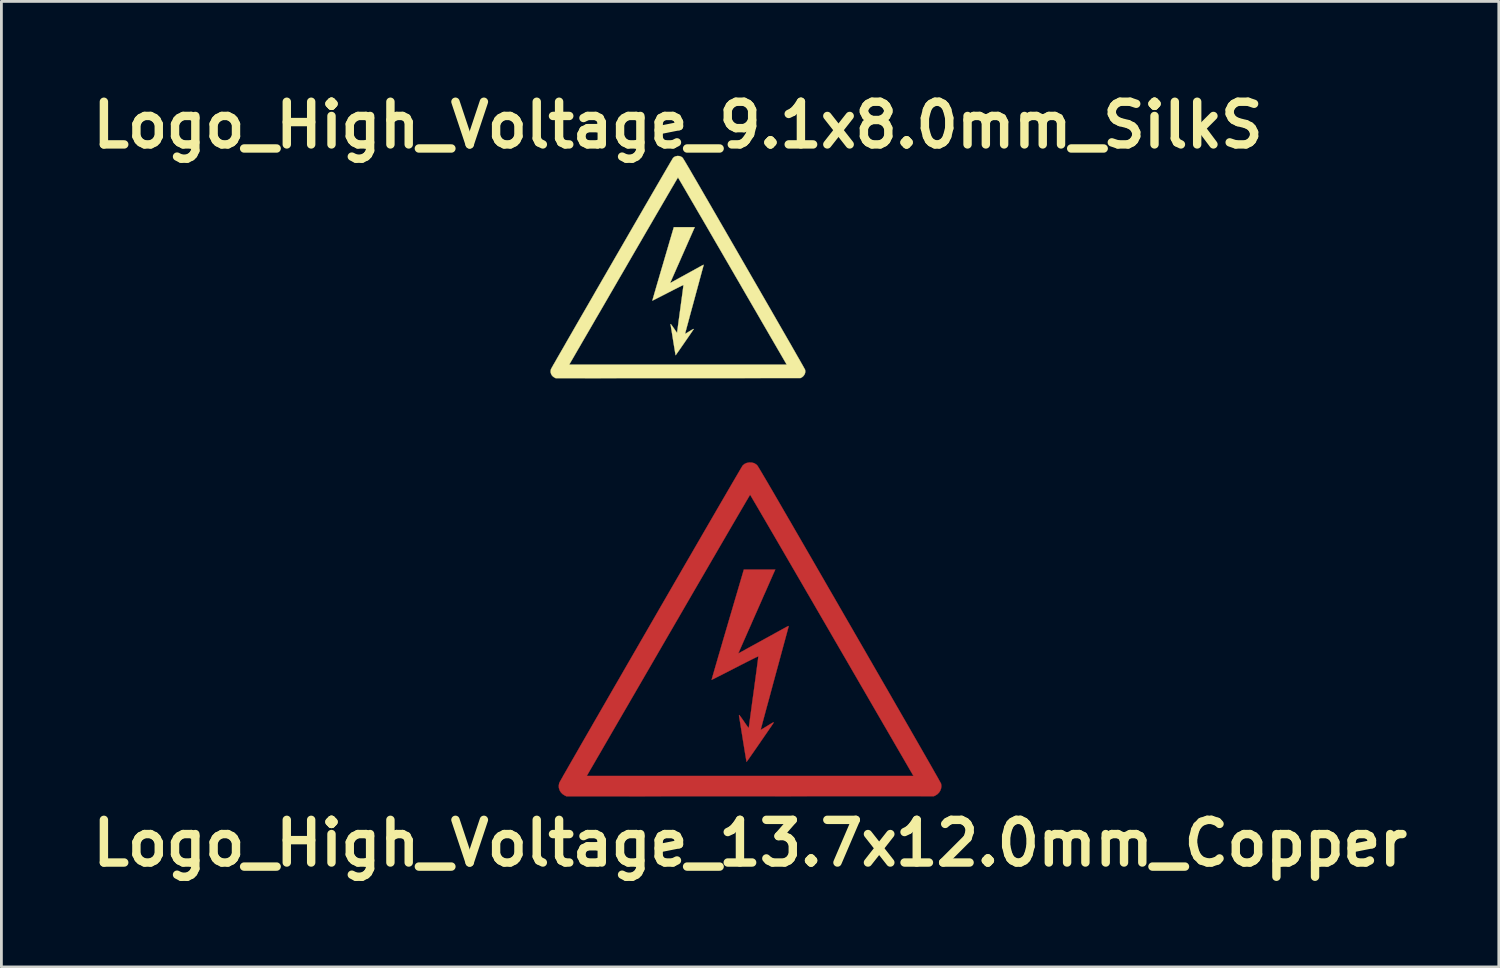
<source format=kicad_pcb>
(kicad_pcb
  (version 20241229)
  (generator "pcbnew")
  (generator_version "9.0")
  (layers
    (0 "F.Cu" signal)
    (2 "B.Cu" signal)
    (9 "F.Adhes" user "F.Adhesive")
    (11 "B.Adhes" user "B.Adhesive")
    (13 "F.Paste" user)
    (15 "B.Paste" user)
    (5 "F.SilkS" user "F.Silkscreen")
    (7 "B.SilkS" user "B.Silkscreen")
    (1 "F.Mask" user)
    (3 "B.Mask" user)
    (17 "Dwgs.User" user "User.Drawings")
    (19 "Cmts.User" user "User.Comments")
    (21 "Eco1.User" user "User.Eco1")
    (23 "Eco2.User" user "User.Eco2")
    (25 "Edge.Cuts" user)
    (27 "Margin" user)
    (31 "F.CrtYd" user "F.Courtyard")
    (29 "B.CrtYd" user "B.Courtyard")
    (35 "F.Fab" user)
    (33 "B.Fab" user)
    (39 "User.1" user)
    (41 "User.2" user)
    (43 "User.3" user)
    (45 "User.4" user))
  (footprint "Logo_High_Voltage_13.7x12.0mm_Copper"
    (layer "F.Cu")
    (at 23.738 19.443)
    (property "Reference" "Logo_High_Voltage_13.7x12.0mm_Copper" (at 0 7.62 0) (layer "F.SilkS") (effects (font (size 1.524 1.524) (thickness 0.3))))
    (attr exclude_from_pos_files exclude_from_bom)
    (fp_poly (pts (xy 0.869 -2.087) (xy 0.851 -2.045) (xy 0.824 -1.986) (xy 0.791 -1.911) (xy 0.752 -1.822) (xy 0.707 -1.72) (xy 0.657 -1.606) (xy 0.603 -1.483) (xy 0.545 -1.352) (xy 0.483 -1.213) (xy 0.42 -1.069) (xy 0.355 -0.921) (xy 0.288 -0.77) (xy 0.221 -0.618) (xy 0.154 -0.467) (xy 0.088 -0.317) (xy 0.024 -0.17) (xy -0.039 -0.028) (xy -0.099 0.107) (xy -0.155 0.236) (xy -0.208 0.355) (xy -0.256 0.464) (xy -0.299 0.561) (xy -0.335 0.645) (xy -0.366 0.714) (xy -0.389 0.766) (xy -0.404 0.801) (xy -0.411 0.817) (xy -0.411 0.818) (xy -0.416 0.836) (xy -0.413 0.839) (xy -0.402 0.833) (xy -0.373 0.817) (xy -0.327 0.792) (xy -0.267 0.759) (xy -0.194 0.719) (xy -0.11 0.672) (xy -0.017 0.621) (xy 0.084 0.565) (xy 0.191 0.507) (xy 0.302 0.446) (xy 0.415 0.384) (xy 0.528 0.321) (xy 0.64 0.26) (xy 0.749 0.2) (xy 0.853 0.142) (xy 0.95 0.089) (xy 1.039 0.04) (xy 1.118 -0.003) (xy 1.184 -0.04) (xy 1.237 -0.069) (xy 1.275 -0.09) (xy 1.28 -0.092) (xy 1.325 -0.117) (xy 1.354 -0.131) (xy 1.37 -0.137) (xy 1.376 -0.133) (xy 1.376 -0.123) (xy 1.376 -0.122) (xy 1.372 -0.109) (xy 1.363 -0.074) (xy 1.348 -0.02) (xy 1.329 0.052) (xy 1.305 0.142) (xy 1.276 0.248) (xy 1.243 0.37) (xy 1.206 0.504) (xy 1.166 0.652) (xy 1.123 0.811) (xy 1.077 0.981) (xy 1.029 1.16) (xy 0.978 1.347) (xy 0.925 1.54) (xy 0.872 1.735) (xy 0.818 1.934) (xy 0.766 2.127) (xy 0.716 2.313) (xy 0.668 2.491) (xy 0.622 2.659) (xy 0.579 2.816) (xy 0.54 2.962) (xy 0.504 3.095) (xy 0.472 3.214) (xy 0.444 3.318) (xy 0.421 3.406) (xy 0.402 3.476) (xy 0.389 3.528) (xy 0.381 3.56) (xy 0.378 3.571) (xy 0.389 3.567) (xy 0.415 3.551) (xy 0.456 3.528) (xy 0.507 3.496) (xy 0.567 3.46) (xy 0.601 3.439) (xy 0.677 3.392) (xy 0.737 3.356) (xy 0.781 3.33) (xy 0.811 3.314) (xy 0.83 3.306) (xy 0.84 3.306) (xy 0.841 3.312) (xy 0.84 3.317) (xy 0.833 3.329) (xy 0.814 3.357) (xy 0.785 3.4) (xy 0.747 3.457) (xy 0.7 3.525) (xy 0.647 3.603) (xy 0.588 3.688) (xy 0.525 3.78) (xy 0.459 3.876) (xy 0.391 3.974) (xy 0.323 4.074) (xy 0.255 4.172) (xy 0.189 4.267) (xy 0.126 4.358) (xy 0.067 4.442) (xy 0.014 4.518) (xy -0.032 4.585) (xy -0.071 4.639) (xy -0.1 4.68) (xy -0.119 4.706) (xy -0.126 4.715) (xy -0.128 4.704) (xy -0.134 4.672) (xy -0.143 4.622) (xy -0.155 4.554) (xy -0.169 4.471) (xy -0.185 4.374) (xy -0.203 4.266) (xy -0.222 4.147) (xy -0.243 4.02) (xy -0.261 3.907) (xy -0.282 3.773) (xy -0.303 3.646) (xy -0.322 3.526) (xy -0.34 3.417) (xy -0.355 3.319) (xy -0.369 3.234) (xy -0.38 3.165) (xy -0.389 3.114) (xy -0.394 3.081) (xy -0.396 3.07) (xy -0.396 3.048) (xy -0.389 3.041) (xy -0.38 3.05) (xy -0.359 3.075) (xy -0.33 3.114) (xy -0.294 3.164) (xy -0.253 3.223) (xy -0.227 3.26) (xy -0.184 3.324) (xy -0.144 3.381) (xy -0.11 3.43) (xy -0.083 3.468) (xy -0.066 3.491) (xy -0.061 3.496) (xy -0.049 3.507) (xy -0.046 3.499) (xy -0.046 3.494) (xy -0.044 3.48) (xy -0.04 3.446) (xy -0.033 3.391) (xy -0.023 3.319) (xy -0.011 3.229) (xy 0.003 3.125) (xy 0.019 3.006) (xy 0.037 2.876) (xy 0.056 2.734) (xy 0.076 2.583) (xy 0.098 2.424) (xy 0.121 2.259) (xy 0.126 2.22) (xy 0.149 2.053) (xy 0.17 1.893) (xy 0.191 1.74) (xy 0.21 1.597) (xy 0.228 1.464) (xy 0.244 1.343) (xy 0.258 1.235) (xy 0.27 1.143) (xy 0.28 1.066) (xy 0.287 1.008) (xy 0.292 0.969) (xy 0.294 0.951) (xy 0.294 0.95) (xy 0.284 0.951) (xy 0.255 0.963) (xy 0.206 0.985) (xy 0.139 1.018) (xy 0.052 1.061) (xy -0.054 1.114) (xy -0.18 1.178) (xy -0.326 1.252) (xy -0.492 1.338) (xy -0.539 1.362) (xy -0.667 1.428) (xy -0.789 1.491) (xy -0.903 1.549) (xy -1.009 1.603) (xy -1.104 1.651) (xy -1.187 1.693) (xy -1.257 1.729) (xy -1.312 1.756) (xy -1.35 1.774) (xy -1.371 1.784) (xy -1.374 1.785) (xy -1.372 1.776) (xy -1.366 1.752) (xy -1.355 1.712) (xy -1.339 1.656) (xy -1.318 1.583) (xy -1.292 1.493) (xy -1.261 1.386) (xy -1.225 1.261) (xy -1.183 1.118) (xy -1.137 0.957) (xy -1.084 0.778) (xy -1.026 0.58) (xy -0.963 0.362) (xy -0.893 0.125) (xy -0.818 -0.131) (xy -0.737 -0.408) (xy -0.649 -0.705) (xy -0.556 -1.023) (xy -0.456 -1.362) (xy -0.35 -1.723) (xy -0.293 -1.916) (xy -0.224 -2.153) (xy 0.899 -2.153) (xy 0.869 -2.087)) (stroke (width 0.01) (type solid)) (fill yes) (layer "F.Cu"))
    (fp_poly (pts (xy 0.067 -5.973) (xy 0.147 -5.951) (xy 0.217 -5.908) (xy 0.25 -5.879) (xy 0.256 -5.872) (xy 0.265 -5.858) (xy 0.279 -5.838) (xy 0.296 -5.81) (xy 0.318 -5.774) (xy 0.345 -5.73) (xy 0.376 -5.677) (xy 0.413 -5.616) (xy 0.455 -5.544) (xy 0.503 -5.463) (xy 0.557 -5.372) (xy 0.617 -5.27) (xy 0.683 -5.156) (xy 0.756 -5.032) (xy 0.836 -4.895) (xy 0.923 -4.745) (xy 1.017 -4.583) (xy 1.119 -4.407) (xy 1.228 -4.218) (xy 1.346 -4.015) (xy 1.473 -3.797) (xy 1.607 -3.564) (xy 1.751 -3.316) (xy 1.904 -3.051) (xy 2.066 -2.771) (xy 2.238 -2.474) (xy 2.419 -2.16) (xy 2.611 -1.828) (xy 2.812 -1.479) (xy 3.025 -1.111) (xy 3.248 -0.724) (xy 3.482 -0.318) (xy 3.554 -0.194) (xy 3.81 0.25) (xy 4.057 0.677) (xy 4.293 1.087) (xy 4.519 1.479) (xy 4.735 1.854) (xy 4.941 2.21) (xy 5.136 2.55) (xy 5.321 2.871) (xy 5.496 3.174) (xy 5.66 3.459) (xy 5.813 3.726) (xy 5.956 3.975) (xy 6.088 4.205) (xy 6.209 4.417) (xy 6.32 4.61) (xy 6.42 4.784) (xy 6.509 4.94) (xy 6.586 5.077) (xy 6.653 5.194) (xy 6.709 5.292) (xy 6.753 5.372) (xy 6.786 5.431) (xy 6.808 5.472) (xy 6.819 5.492) (xy 6.82 5.495) (xy 6.831 5.577) (xy 6.821 5.66) (xy 6.793 5.739) (xy 6.747 5.811) (xy 6.686 5.872) (xy 6.62 5.914) (xy 6.566 5.94) (xy -6.557 5.946) (xy -6.627 5.911) (xy -6.702 5.862) (xy -6.762 5.798) (xy -6.804 5.725) (xy -6.829 5.644) (xy -6.833 5.559) (xy -6.817 5.473) (xy -6.813 5.462) (xy -6.805 5.447) (xy -6.787 5.414) (xy -6.758 5.362) (xy -6.719 5.293) (xy -6.676 5.217) (xy -5.834 5.217) (xy 5.834 5.217) (xy 5.802 5.163) (xy 5.794 5.149) (xy 5.776 5.117) (xy 5.746 5.066) (xy 5.706 4.998) (xy 5.656 4.912) (xy 5.597 4.809) (xy 5.528 4.69) (xy 5.45 4.555) (xy 5.363 4.406) (xy 5.268 4.242) (xy 5.165 4.065) (xy 5.055 3.874) (xy 4.937 3.671) (xy 4.812 3.456) (xy 4.681 3.23) (xy 4.543 2.992) (xy 4.4 2.745) (xy 4.251 2.488) (xy 4.097 2.222) (xy 3.937 1.948) (xy 3.774 1.665) (xy 3.606 1.376) (xy 3.435 1.08) (xy 3.259 0.778) (xy 3.081 0.471) (xy 2.9 0.159) (xy 2.891 0.142) (xy 2.71 -0.17) (xy 2.532 -0.476) (xy 2.357 -0.778) (xy 2.186 -1.073) (xy 2.018 -1.361) (xy 1.855 -1.643) (xy 1.696 -1.916) (xy 1.542 -2.181) (xy 1.394 -2.436) (xy 1.251 -2.682) (xy 1.114 -2.918) (xy 0.983 -3.143) (xy 0.859 -3.356) (xy 0.741 -3.558) (xy 0.631 -3.747) (xy 0.529 -3.922) (xy 0.434 -4.084) (xy 0.348 -4.232) (xy 0.271 -4.364) (xy 0.203 -4.481) (xy 0.143 -4.582) (xy 0.094 -4.666) (xy 0.055 -4.733) (xy 0.026 -4.782) (xy 0.007 -4.812) (xy 0.00007 -4.824) (xy -0.000025 -4.824) (xy -0.006 -4.814) (xy -0.024 -4.785) (xy -0.052 -4.738) (xy -0.09 -4.672) (xy -0.139 -4.59) (xy -0.197 -4.49) (xy -0.265 -4.374) (xy -0.342 -4.243) (xy -0.427 -4.097) (xy -0.521 -3.936) (xy -0.623 -3.762) (xy -0.732 -3.574) (xy -0.849 -3.373) (xy -0.972 -3.161) (xy -1.103 -2.937) (xy -1.239 -2.702) (xy -1.382 -2.457) (xy -1.53 -2.202) (xy -1.683 -1.938) (xy -1.842 -1.665) (xy -2.005 -1.385) (xy -2.172 -1.097) (xy -2.343 -0.802) (xy -2.517 -0.501) (xy -2.695 -0.195) (xy -2.876 0.117) (xy -2.891 0.142) (xy -3.072 0.455) (xy -3.25 0.762) (xy -3.425 1.064) (xy -3.597 1.361) (xy -3.765 1.65) (xy -3.929 1.933) (xy -4.088 2.208) (xy -4.243 2.474) (xy -4.392 2.732) (xy -4.536 2.979) (xy -4.674 3.217) (xy -4.806 3.444) (xy -4.931 3.66) (xy -5.049 3.864) (xy -5.16 4.055) (xy -5.263 4.233) (xy -5.358 4.398) (xy -5.446 4.548) (xy -5.524 4.683) (xy -5.593 4.803) (xy -5.654 4.907) (xy -5.704 4.993) (xy -5.744 5.063) (xy -5.774 5.115) (xy -5.794 5.148) (xy -5.802 5.162) (xy -5.802 5.163) (xy -5.834 5.217) (xy -6.676 5.217) (xy -6.67 5.207) (xy -6.612 5.104) (xy -6.544 4.986) (xy -6.468 4.853) (xy -6.384 4.706) (xy -6.291 4.545) (xy -6.191 4.371) (xy -6.085 4.185) (xy -5.971 3.987) (xy -5.851 3.779) (xy -5.725 3.56) (xy -5.594 3.332) (xy -5.457 3.095) (xy -5.316 2.85) (xy -5.17 2.597) (xy -5.021 2.338) (xy -4.868 2.072) (xy -4.711 1.802) (xy -4.552 1.526) (xy -4.391 1.246) (xy -4.227 0.963) (xy -4.062 0.677) (xy -3.896 0.389) (xy -3.728 0.099) (xy -3.561 -0.191) (xy -3.393 -0.481) (xy -3.226 -0.771) (xy -3.059 -1.059) (xy -2.894 -1.345) (xy -2.73 -1.629) (xy -2.567 -1.909) (xy -2.408 -2.185) (xy -2.251 -2.456) (xy -2.096 -2.722) (xy -1.946 -2.982) (xy -1.799 -3.236) (xy -1.657 -3.481) (xy -1.519 -3.719) (xy -1.386 -3.948) (xy -1.259 -4.167) (xy -1.137 -4.377) (xy -1.022 -4.575) (xy -0.913 -4.762) (xy -0.812 -4.937) (xy -0.717 -5.099) (xy -0.631 -5.248) (xy -0.552 -5.382) (xy -0.482 -5.502) (xy -0.421 -5.606) (xy -0.37 -5.694) (xy -0.328 -5.765) (xy -0.296 -5.818) (xy -0.275 -5.853) (xy -0.265 -5.869) (xy -0.264 -5.87) (xy -0.198 -5.925) (xy -0.122 -5.96) (xy -0.035 -5.976) (xy -0.023 -5.977) (xy 0.067 -5.973)) (stroke (width 0.01) (type solid)) (fill yes) (layer "F.Cu")))
  (footprint "Logo_High_Voltage_9.1x8.0mm_SilkS"
    (layer "F.Cu")
    (at 21.162 6.498)
    (property "Reference" "Logo_High_Voltage_9.1x8.0mm_SilkS" (at 0 -5.08 0) (layer "F.SilkS") (effects (font (size 1.524 1.524) (thickness 0.3))))
    (attr smd)
    (fp_poly (pts (xy 0.579 -1.389) (xy 0.566 -1.361) (xy 0.549 -1.322) (xy 0.527 -1.272) (xy 0.501 -1.213) (xy 0.471 -1.145) (xy 0.437 -1.069) (xy 0.401 -0.987) (xy 0.362 -0.9) (xy 0.322 -0.808) (xy 0.28 -0.712) (xy 0.236 -0.613) (xy 0.192 -0.513) (xy 0.147 -0.412) (xy 0.103 -0.311) (xy 0.059 -0.211) (xy 0.016 -0.113) (xy -0.026 -0.019) (xy -0.066 0.072) (xy -0.103 0.157) (xy -0.138 0.236) (xy -0.17 0.309) (xy -0.199 0.374) (xy -0.223 0.429) (xy -0.243 0.475) (xy -0.259 0.51) (xy -0.269 0.533) (xy -0.274 0.544) (xy -0.274 0.544) (xy -0.277 0.556) (xy -0.275 0.559) (xy -0.268 0.555) (xy -0.248 0.544) (xy -0.218 0.527) (xy -0.178 0.505) (xy -0.129 0.478) (xy -0.073 0.448) (xy -0.011 0.413) (xy 0.056 0.376) (xy 0.127 0.337) (xy 0.201 0.297) (xy 0.276 0.255) (xy 0.351 0.214) (xy 0.426 0.173) (xy 0.498 0.133) (xy 0.568 0.095) (xy 0.632 0.059) (xy 0.692 0.027) (xy 0.744 -0.002) (xy 0.788 -0.027) (xy 0.824 -0.046) (xy 0.849 -0.06) (xy 0.852 -0.062) (xy 0.882 -0.078) (xy 0.902 -0.087) (xy 0.912 -0.091) (xy 0.916 -0.089) (xy 0.916 -0.082) (xy 0.916 -0.081) (xy 0.913 -0.072) (xy 0.907 -0.049) (xy 0.898 -0.013) (xy 0.885 0.035) (xy 0.868 0.095) (xy 0.849 0.165) (xy 0.827 0.246) (xy 0.803 0.336) (xy 0.776 0.434) (xy 0.748 0.54) (xy 0.717 0.653) (xy 0.685 0.772) (xy 0.651 0.896) (xy 0.616 1.025) (xy 0.581 1.155) (xy 0.545 1.288) (xy 0.51 1.416) (xy 0.476 1.54) (xy 0.444 1.658) (xy 0.414 1.77) (xy 0.386 1.875) (xy 0.36 1.972) (xy 0.336 2.06) (xy 0.314 2.14) (xy 0.296 2.209) (xy 0.28 2.267) (xy 0.268 2.314) (xy 0.259 2.348) (xy 0.253 2.37) (xy 0.252 2.377) (xy 0.259 2.374) (xy 0.276 2.364) (xy 0.303 2.348) (xy 0.338 2.327) (xy 0.378 2.303) (xy 0.4 2.289) (xy 0.451 2.258) (xy 0.49 2.234) (xy 0.52 2.217) (xy 0.54 2.206) (xy 0.553 2.201) (xy 0.559 2.201) (xy 0.56 2.205) (xy 0.559 2.208) (xy 0.555 2.216) (xy 0.542 2.235) (xy 0.523 2.264) (xy 0.497 2.301) (xy 0.466 2.347) (xy 0.431 2.398) (xy 0.392 2.455) (xy 0.35 2.516) (xy 0.306 2.58) (xy 0.26 2.646) (xy 0.215 2.712) (xy 0.17 2.777) (xy 0.126 2.84) (xy 0.084 2.901) (xy 0.045 2.957) (xy 0.009 3.008) (xy -0.022 3.052) (xy -0.047 3.088) (xy -0.066 3.116) (xy -0.079 3.133) (xy -0.084 3.139) (xy -0.085 3.131) (xy -0.089 3.11) (xy -0.095 3.077) (xy -0.103 3.032) (xy -0.112 2.976) (xy -0.123 2.912) (xy -0.135 2.84) (xy -0.148 2.761) (xy -0.162 2.676) (xy -0.174 2.601) (xy -0.188 2.512) (xy -0.202 2.427) (xy -0.214 2.347) (xy -0.226 2.274) (xy -0.237 2.209) (xy -0.246 2.153) (xy -0.253 2.107) (xy -0.259 2.073) (xy -0.262 2.051) (xy -0.264 2.043) (xy -0.264 2.029) (xy -0.259 2.024) (xy -0.253 2.03) (xy -0.239 2.047) (xy -0.22 2.073) (xy -0.196 2.106) (xy -0.169 2.145) (xy -0.151 2.17) (xy -0.122 2.212) (xy -0.096 2.251) (xy -0.073 2.283) (xy -0.055 2.308) (xy -0.044 2.324) (xy -0.041 2.327) (xy -0.033 2.334) (xy -0.03 2.329) (xy -0.03 2.326) (xy -0.029 2.317) (xy -0.026 2.294) (xy -0.022 2.257) (xy -0.015 2.209) (xy -0.007 2.15) (xy 0.002 2.08) (xy 0.013 2.001) (xy 0.024 1.914) (xy 0.037 1.82) (xy 0.051 1.72) (xy 0.065 1.614) (xy 0.08 1.504) (xy 0.084 1.478) (xy 0.099 1.367) (xy 0.113 1.26) (xy 0.127 1.158) (xy 0.14 1.063) (xy 0.152 0.974) (xy 0.163 0.894) (xy 0.172 0.822) (xy 0.18 0.761) (xy 0.187 0.71) (xy 0.191 0.671) (xy 0.194 0.645) (xy 0.196 0.633) (xy 0.196 0.632) (xy 0.189 0.633) (xy 0.169 0.641) (xy 0.137 0.656) (xy 0.092 0.678) (xy 0.035 0.706) (xy -0.036 0.742) (xy -0.12 0.784) (xy -0.217 0.834) (xy -0.327 0.89) (xy -0.359 0.907) (xy -0.444 0.951) (xy -0.525 0.992) (xy -0.601 1.031) (xy -0.672 1.067) (xy -0.735 1.099) (xy -0.79 1.127) (xy -0.837 1.151) (xy -0.873 1.169) (xy -0.899 1.181) (xy -0.913 1.187) (xy -0.915 1.188) (xy -0.914 1.183) (xy -0.909 1.167) (xy -0.902 1.14) (xy -0.891 1.102) (xy -0.877 1.054) (xy -0.86 0.994) (xy -0.84 0.923) (xy -0.815 0.839) (xy -0.788 0.744) (xy -0.757 0.637) (xy -0.722 0.518) (xy -0.683 0.386) (xy -0.641 0.241) (xy -0.595 0.083) (xy -0.544 -0.087) (xy -0.49 -0.272) (xy -0.432 -0.47) (xy -0.37 -0.681) (xy -0.304 -0.907) (xy -0.233 -1.147) (xy -0.195 -1.276) (xy -0.149 -1.433) (xy 0.598 -1.433) (xy 0.579 -1.389)) (stroke (width 0.01) (type solid)) (fill yes) (layer "F.SilkS"))
    (fp_poly (pts (xy 0.045 -3.976) (xy 0.098 -3.961) (xy 0.145 -3.933) (xy 0.166 -3.913) (xy 0.17 -3.909) (xy 0.177 -3.9) (xy 0.185 -3.886) (xy 0.197 -3.867) (xy 0.212 -3.843) (xy 0.23 -3.814) (xy 0.251 -3.779) (xy 0.275 -3.738) (xy 0.303 -3.691) (xy 0.335 -3.637) (xy 0.371 -3.576) (xy 0.411 -3.508) (xy 0.455 -3.433) (xy 0.503 -3.349) (xy 0.556 -3.258) (xy 0.614 -3.159) (xy 0.677 -3.051) (xy 0.745 -2.934) (xy 0.818 -2.808) (xy 0.896 -2.672) (xy 0.98 -2.527) (xy 1.07 -2.372) (xy 1.166 -2.207) (xy 1.267 -2.031) (xy 1.375 -1.845) (xy 1.489 -1.647) (xy 1.61 -1.438) (xy 1.738 -1.217) (xy 1.872 -0.984) (xy 2.014 -0.739) (xy 2.162 -0.482) (xy 2.318 -0.212) (xy 2.366 -0.129) (xy 2.536 0.166) (xy 2.7 0.451) (xy 2.858 0.723) (xy 3.008 0.984) (xy 3.152 1.234) (xy 3.289 1.471) (xy 3.419 1.697) (xy 3.542 1.911) (xy 3.658 2.113) (xy 3.767 2.303) (xy 3.87 2.481) (xy 3.965 2.646) (xy 4.053 2.799) (xy 4.133 2.94) (xy 4.207 3.069) (xy 4.273 3.185) (xy 4.333 3.288) (xy 4.384 3.379) (xy 4.429 3.458) (xy 4.466 3.523) (xy 4.495 3.576) (xy 4.518 3.616) (xy 4.532 3.642) (xy 4.539 3.656) (xy 4.54 3.658) (xy 4.547 3.713) (xy 4.541 3.768) (xy 4.522 3.82) (xy 4.491 3.868) (xy 4.451 3.909) (xy 4.407 3.937) (xy 4.371 3.954) (xy -4.365 3.958) (xy -4.411 3.935) (xy -4.461 3.902) (xy -4.501 3.86) (xy -4.529 3.811) (xy -4.546 3.757) (xy -4.549 3.701) (xy -4.538 3.644) (xy -4.535 3.636) (xy -4.53 3.626) (xy -4.518 3.604) (xy -4.499 3.569) (xy -4.473 3.523) (xy -4.444 3.473) (xy -3.883 3.473) (xy 3.883 3.473) (xy 3.862 3.437) (xy 3.857 3.428) (xy 3.845 3.406) (xy 3.825 3.372) (xy 3.799 3.327) (xy 3.765 3.269) (xy 3.726 3.201) (xy 3.68 3.122) (xy 3.628 3.032) (xy 3.57 2.933) (xy 3.507 2.824) (xy 3.438 2.706) (xy 3.365 2.579) (xy 3.286 2.444) (xy 3.203 2.301) (xy 3.116 2.15) (xy 3.024 1.992) (xy 2.929 1.827) (xy 2.83 1.656) (xy 2.727 1.479) (xy 2.621 1.296) (xy 2.512 1.109) (xy 2.4 0.916) (xy 2.286 0.719) (xy 2.17 0.518) (xy 2.051 0.314) (xy 1.931 0.106) (xy 1.924 0.095) (xy 1.804 -0.113) (xy 1.685 -0.317) (xy 1.569 -0.518) (xy 1.455 -0.714) (xy 1.343 -0.906) (xy 1.235 -1.093) (xy 1.129 -1.275) (xy 1.027 -1.452) (xy 0.928 -1.622) (xy 0.833 -1.786) (xy 0.741 -1.942) (xy 0.654 -2.092) (xy 0.572 -2.234) (xy 0.493 -2.368) (xy 0.42 -2.494) (xy 0.352 -2.611) (xy 0.289 -2.719) (xy 0.232 -2.817) (xy 0.18 -2.905) (xy 0.135 -2.983) (xy 0.095 -3.05) (xy 0.063 -3.106) (xy 0.036 -3.151) (xy 0.017 -3.183) (xy 0.005 -3.203) (xy 0.000046 -3.211) (xy -0.000016 -3.211) (xy -0.004 -3.205) (xy -0.016 -3.185) (xy -0.035 -3.154) (xy -0.06 -3.11) (xy -0.093 -3.055) (xy -0.131 -2.989) (xy -0.176 -2.912) (xy -0.228 -2.825) (xy -0.284 -2.727) (xy -0.347 -2.62) (xy -0.414 -2.504) (xy -0.487 -2.379) (xy -0.565 -2.246) (xy -0.647 -2.104) (xy -0.734 -1.955) (xy -0.825 -1.799) (xy -0.92 -1.635) (xy -1.018 -1.466) (xy -1.121 -1.29) (xy -1.226 -1.109) (xy -1.334 -0.922) (xy -1.446 -0.73) (xy -1.56 -0.534) (xy -1.676 -0.334) (xy -1.794 -0.13) (xy -1.914 0.078) (xy -1.924 0.095) (xy -2.045 0.303) (xy -2.164 0.507) (xy -2.28 0.709) (xy -2.395 0.906) (xy -2.506 1.099) (xy -2.615 1.287) (xy -2.721 1.47) (xy -2.824 1.647) (xy -2.924 1.818) (xy -3.019 1.983) (xy -3.111 2.142) (xy -3.199 2.293) (xy -3.282 2.436) (xy -3.361 2.572) (xy -3.435 2.699) (xy -3.503 2.818) (xy -3.567 2.927) (xy -3.625 3.027) (xy -3.677 3.117) (xy -3.723 3.197) (xy -3.763 3.266) (xy -3.797 3.324) (xy -3.824 3.37) (xy -3.844 3.405) (xy -3.857 3.427) (xy -3.862 3.436) (xy -3.862 3.437) (xy -3.883 3.473) (xy -4.444 3.473) (xy -4.44 3.466) (xy -4.401 3.398) (xy -4.356 3.319) (xy -4.306 3.23) (xy -4.249 3.132) (xy -4.188 3.025) (xy -4.121 2.91) (xy -4.05 2.786) (xy -3.975 2.654) (xy -3.895 2.515) (xy -3.811 2.37) (xy -3.724 2.218) (xy -3.633 2.06) (xy -3.539 1.897) (xy -3.442 1.729) (xy -3.342 1.556) (xy -3.24 1.38) (xy -3.136 1.199) (xy -3.03 1.016) (xy -2.923 0.829) (xy -2.814 0.641) (xy -2.704 0.45) (xy -2.593 0.259) (xy -2.482 0.066) (xy -2.37 -0.127) (xy -2.259 -0.32) (xy -2.147 -0.513) (xy -2.036 -0.705) (xy -1.926 -0.895) (xy -1.817 -1.084) (xy -1.709 -1.271) (xy -1.603 -1.454) (xy -1.498 -1.635) (xy -1.396 -1.812) (xy -1.295 -1.985) (xy -1.198 -2.154) (xy -1.103 -2.317) (xy -1.011 -2.476) (xy -0.923 -2.628) (xy -0.838 -2.774) (xy -0.757 -2.914) (xy -0.68 -3.046) (xy -0.608 -3.17) (xy -0.54 -3.287) (xy -0.477 -3.395) (xy -0.42 -3.493) (xy -0.368 -3.583) (xy -0.321 -3.662) (xy -0.281 -3.732) (xy -0.246 -3.79) (xy -0.218 -3.837) (xy -0.197 -3.873) (xy -0.183 -3.896) (xy -0.176 -3.907) (xy -0.176 -3.907) (xy -0.132 -3.944) (xy -0.081 -3.967) (xy -0.023 -3.978) (xy -0.015 -3.979) (xy 0.045 -3.976)) (stroke (width 0.01) (type solid)) (fill yes) (layer "F.SilkS")))
  (gr_rect
    (start -3 -3)
    (end 50.476 31.481)
    (stroke (width 0.1) (type default))
    (fill no)
    (layer "Edge.Cuts")))
</source>
